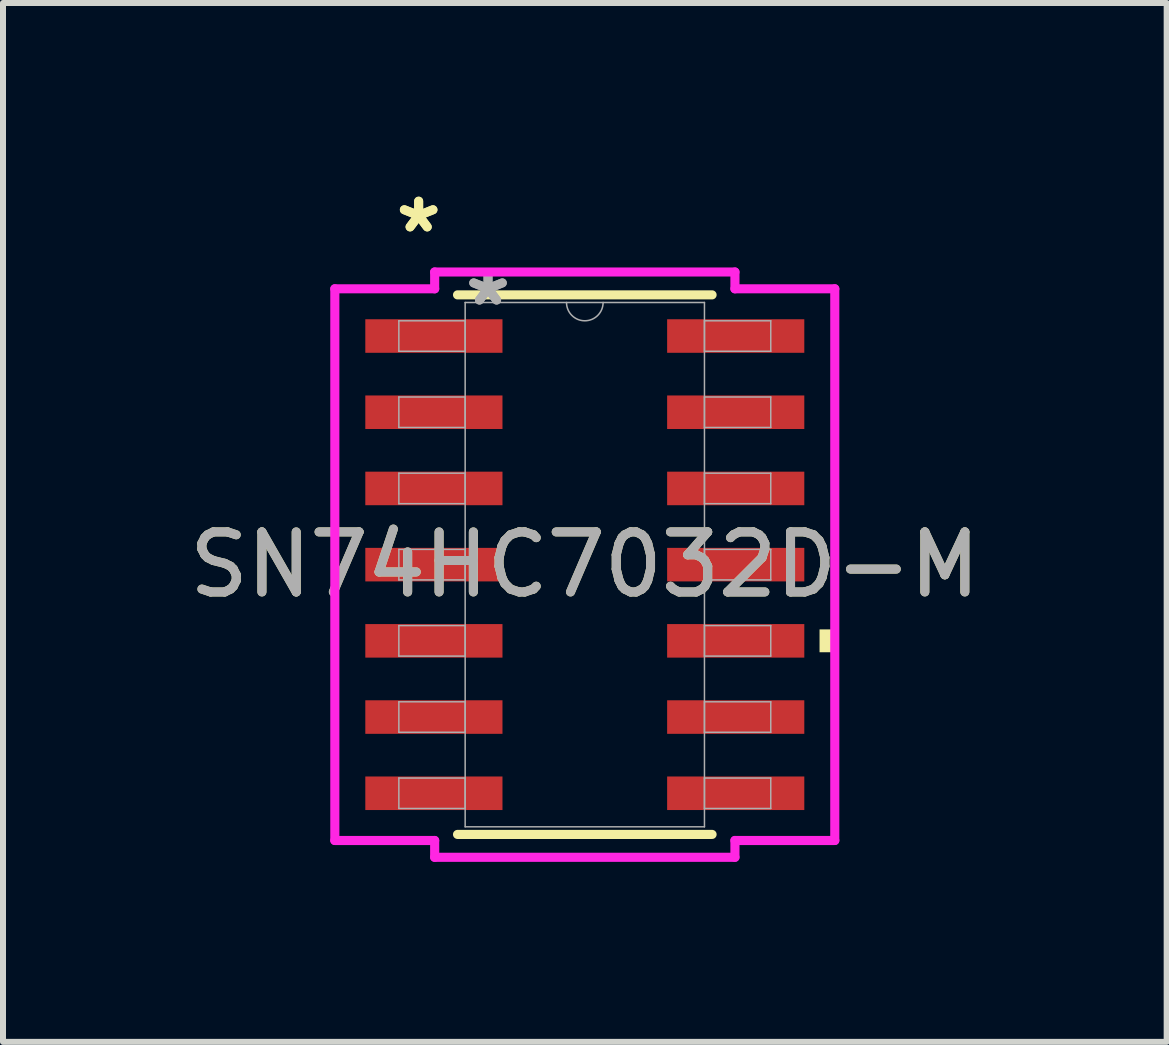
<source format=kicad_pcb>
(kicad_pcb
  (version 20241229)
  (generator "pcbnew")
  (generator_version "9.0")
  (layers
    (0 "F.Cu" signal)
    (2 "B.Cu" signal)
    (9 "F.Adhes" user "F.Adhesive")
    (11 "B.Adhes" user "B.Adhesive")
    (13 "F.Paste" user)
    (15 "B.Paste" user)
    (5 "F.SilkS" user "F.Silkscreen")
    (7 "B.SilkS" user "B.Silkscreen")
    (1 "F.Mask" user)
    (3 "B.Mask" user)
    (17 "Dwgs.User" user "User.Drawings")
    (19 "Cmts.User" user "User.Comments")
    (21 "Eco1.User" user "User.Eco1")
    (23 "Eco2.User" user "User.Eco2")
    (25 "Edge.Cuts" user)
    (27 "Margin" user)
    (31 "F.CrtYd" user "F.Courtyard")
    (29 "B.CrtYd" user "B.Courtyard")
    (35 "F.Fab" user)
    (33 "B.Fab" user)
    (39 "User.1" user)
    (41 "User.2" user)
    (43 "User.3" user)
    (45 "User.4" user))
  (footprint "SN74HC7032D-M"
    (layer "F.Cu")
    (at 6.696 6.36)
    (property "Reference" "SN74HC7032D-M" (at 0 0 0) (unlocked yes) (layer "F.SilkS") (effects (font (size 1 1) (thickness 0.15))))
    (attr smd)
    (fp_line (start -2.121 4.496) (end 2.121 4.496) (stroke (width 0.152) (type solid)) (layer "F.SilkS"))
    (fp_line (start 2.121 -4.496) (end -2.121 -4.496) (stroke (width 0.152) (type solid)) (layer "F.SilkS"))
    (fp_poly (pts (xy 4.166 1.079) (xy 4.166 1.46) (xy 3.912 1.46) (xy 3.912 1.079)) (stroke (width 0) (type solid)) (fill yes) (layer "F.SilkS"))
    (fp_line (start -4.166 -4.597) (end -2.502 -4.597) (stroke (width 0.152) (type solid)) (layer "F.CrtYd"))
    (fp_line (start -4.166 4.597) (end -4.166 -4.597) (stroke (width 0.152) (type solid)) (layer "F.CrtYd"))
    (fp_line (start -4.166 4.597) (end -2.502 4.597) (stroke (width 0.152) (type solid)) (layer "F.CrtYd"))
    (fp_line (start -2.502 -4.877) (end 2.502 -4.877) (stroke (width 0.152) (type solid)) (layer "F.CrtYd"))
    (fp_line (start -2.502 -4.597) (end -2.502 -4.877) (stroke (width 0.152) (type solid)) (layer "F.CrtYd"))
    (fp_line (start -2.502 4.877) (end -2.502 4.597) (stroke (width 0.152) (type solid)) (layer "F.CrtYd"))
    (fp_line (start 2.502 -4.877) (end 2.502 -4.597) (stroke (width 0.152) (type solid)) (layer "F.CrtYd"))
    (fp_line (start 2.502 4.597) (end 2.502 4.877) (stroke (width 0.152) (type solid)) (layer "F.CrtYd"))
    (fp_line (start 2.502 4.877) (end -2.502 4.877) (stroke (width 0.152) (type solid)) (layer "F.CrtYd"))
    (fp_line (start 4.166 -4.597) (end 2.502 -4.597) (stroke (width 0.152) (type solid)) (layer "F.CrtYd"))
    (fp_line (start 4.166 -4.597) (end 4.166 4.597) (stroke (width 0.152) (type solid)) (layer "F.CrtYd"))
    (fp_line (start 4.166 4.597) (end 2.502 4.597) (stroke (width 0.152) (type solid)) (layer "F.CrtYd"))
    (fp_line (start -3.099 -4.064) (end -3.099 -3.556) (stroke (width 0.025) (type solid)) (layer "F.Fab"))
    (fp_line (start -3.099 -3.556) (end -1.994 -3.556) (stroke (width 0.025) (type solid)) (layer "F.Fab"))
    (fp_line (start -3.099 -2.794) (end -3.099 -2.286) (stroke (width 0.025) (type solid)) (layer "F.Fab"))
    (fp_line (start -3.099 -2.286) (end -1.994 -2.286) (stroke (width 0.025) (type solid)) (layer "F.Fab"))
    (fp_line (start -3.099 -1.524) (end -3.099 -1.016) (stroke (width 0.025) (type solid)) (layer "F.Fab"))
    (fp_line (start -3.099 -1.016) (end -1.994 -1.016) (stroke (width 0.025) (type solid)) (layer "F.Fab"))
    (fp_line (start -3.099 -0.254) (end -3.099 0.254) (stroke (width 0.025) (type solid)) (layer "F.Fab"))
    (fp_line (start -3.099 0.254) (end -1.994 0.254) (stroke (width 0.025) (type solid)) (layer "F.Fab"))
    (fp_line (start -3.099 1.016) (end -3.099 1.524) (stroke (width 0.025) (type solid)) (layer "F.Fab"))
    (fp_line (start -3.099 1.524) (end -1.994 1.524) (stroke (width 0.025) (type solid)) (layer "F.Fab"))
    (fp_line (start -3.099 2.286) (end -3.099 2.794) (stroke (width 0.025) (type solid)) (layer "F.Fab"))
    (fp_line (start -3.099 2.794) (end -1.994 2.794) (stroke (width 0.025) (type solid)) (layer "F.Fab"))
    (fp_line (start -3.099 3.556) (end -3.099 4.064) (stroke (width 0.025) (type solid)) (layer "F.Fab"))
    (fp_line (start -3.099 4.064) (end -1.994 4.064) (stroke (width 0.025) (type solid)) (layer "F.Fab"))
    (fp_line (start -1.994 -4.369) (end -1.994 4.369) (stroke (width 0.025) (type solid)) (layer "F.Fab"))
    (fp_line (start -1.994 -4.064) (end -3.099 -4.064) (stroke (width 0.025) (type solid)) (layer "F.Fab"))
    (fp_line (start -1.994 -3.556) (end -1.994 -4.064) (stroke (width 0.025) (type solid)) (layer "F.Fab"))
    (fp_line (start -1.994 -2.794) (end -3.099 -2.794) (stroke (width 0.025) (type solid)) (layer "F.Fab"))
    (fp_line (start -1.994 -2.286) (end -1.994 -2.794) (stroke (width 0.025) (type solid)) (layer "F.Fab"))
    (fp_line (start -1.994 -1.524) (end -3.099 -1.524) (stroke (width 0.025) (type solid)) (layer "F.Fab"))
    (fp_line (start -1.994 -1.016) (end -1.994 -1.524) (stroke (width 0.025) (type solid)) (layer "F.Fab"))
    (fp_line (start -1.994 -0.254) (end -3.099 -0.254) (stroke (width 0.025) (type solid)) (layer "F.Fab"))
    (fp_line (start -1.994 0.254) (end -1.994 -0.254) (stroke (width 0.025) (type solid)) (layer "F.Fab"))
    (fp_line (start -1.994 1.016) (end -3.099 1.016) (stroke (width 0.025) (type solid)) (layer "F.Fab"))
    (fp_line (start -1.994 1.524) (end -1.994 1.016) (stroke (width 0.025) (type solid)) (layer "F.Fab"))
    (fp_line (start -1.994 2.286) (end -3.099 2.286) (stroke (width 0.025) (type solid)) (layer "F.Fab"))
    (fp_line (start -1.994 2.794) (end -1.994 2.286) (stroke (width 0.025) (type solid)) (layer "F.Fab"))
    (fp_line (start -1.994 3.556) (end -3.099 3.556) (stroke (width 0.025) (type solid)) (layer "F.Fab"))
    (fp_line (start -1.994 4.064) (end -1.994 3.556) (stroke (width 0.025) (type solid)) (layer "F.Fab"))
    (fp_line (start -1.994 4.369) (end 1.994 4.369) (stroke (width 0.025) (type solid)) (layer "F.Fab"))
    (fp_line (start 1.994 -4.369) (end -1.994 -4.369) (stroke (width 0.025) (type solid)) (layer "F.Fab"))
    (fp_line (start 1.994 -4.064) (end 1.994 -3.556) (stroke (width 0.025) (type solid)) (layer "F.Fab"))
    (fp_line (start 1.994 -3.556) (end 3.099 -3.556) (stroke (width 0.025) (type solid)) (layer "F.Fab"))
    (fp_line (start 1.994 -2.794) (end 1.994 -2.286) (stroke (width 0.025) (type solid)) (layer "F.Fab"))
    (fp_line (start 1.994 -2.286) (end 3.099 -2.286) (stroke (width 0.025) (type solid)) (layer "F.Fab"))
    (fp_line (start 1.994 -1.524) (end 1.994 -1.016) (stroke (width 0.025) (type solid)) (layer "F.Fab"))
    (fp_line (start 1.994 -1.016) (end 3.099 -1.016) (stroke (width 0.025) (type solid)) (layer "F.Fab"))
    (fp_line (start 1.994 -0.254) (end 1.994 0.254) (stroke (width 0.025) (type solid)) (layer "F.Fab"))
    (fp_line (start 1.994 0.254) (end 3.099 0.254) (stroke (width 0.025) (type solid)) (layer "F.Fab"))
    (fp_line (start 1.994 1.016) (end 1.994 1.524) (stroke (width 0.025) (type solid)) (layer "F.Fab"))
    (fp_line (start 1.994 1.524) (end 3.099 1.524) (stroke (width 0.025) (type solid)) (layer "F.Fab"))
    (fp_line (start 1.994 2.286) (end 1.994 2.794) (stroke (width 0.025) (type solid)) (layer "F.Fab"))
    (fp_line (start 1.994 2.794) (end 3.099 2.794) (stroke (width 0.025) (type solid)) (layer "F.Fab"))
    (fp_line (start 1.994 3.556) (end 1.994 4.064) (stroke (width 0.025) (type solid)) (layer "F.Fab"))
    (fp_line (start 1.994 4.064) (end 3.099 4.064) (stroke (width 0.025) (type solid)) (layer "F.Fab"))
    (fp_line (start 1.994 4.369) (end 1.994 -4.369) (stroke (width 0.025) (type solid)) (layer "F.Fab"))
    (fp_line (start 3.099 -4.064) (end 1.994 -4.064) (stroke (width 0.025) (type solid)) (layer "F.Fab"))
    (fp_line (start 3.099 -3.556) (end 3.099 -4.064) (stroke (width 0.025) (type solid)) (layer "F.Fab"))
    (fp_line (start 3.099 -2.794) (end 1.994 -2.794) (stroke (width 0.025) (type solid)) (layer "F.Fab"))
    (fp_line (start 3.099 -2.286) (end 3.099 -2.794) (stroke (width 0.025) (type solid)) (layer "F.Fab"))
    (fp_line (start 3.099 -1.524) (end 1.994 -1.524) (stroke (width 0.025) (type solid)) (layer "F.Fab"))
    (fp_line (start 3.099 -1.016) (end 3.099 -1.524) (stroke (width 0.025) (type solid)) (layer "F.Fab"))
    (fp_line (start 3.099 -0.254) (end 1.994 -0.254) (stroke (width 0.025) (type solid)) (layer "F.Fab"))
    (fp_line (start 3.099 0.254) (end 3.099 -0.254) (stroke (width 0.025) (type solid)) (layer "F.Fab"))
    (fp_line (start 3.099 1.016) (end 1.994 1.016) (stroke (width 0.025) (type solid)) (layer "F.Fab"))
    (fp_line (start 3.099 1.524) (end 3.099 1.016) (stroke (width 0.025) (type solid)) (layer "F.Fab"))
    (fp_line (start 3.099 2.286) (end 1.994 2.286) (stroke (width 0.025) (type solid)) (layer "F.Fab"))
    (fp_line (start 3.099 2.794) (end 3.099 2.286) (stroke (width 0.025) (type solid)) (layer "F.Fab"))
    (fp_line (start 3.099 3.556) (end 1.994 3.556) (stroke (width 0.025) (type solid)) (layer "F.Fab"))
    (fp_line (start 3.099 4.064) (end 3.099 3.556) (stroke (width 0.025) (type solid)) (layer "F.Fab"))
    (fp_arc (start 0.3048 -4.3688) (mid 0 -4.064) (end -0.3048 -4.3688) (stroke (width 0.0254) (type solid)) (layer "F.Fab"))
    (fp_text user "*" (at -2.769 -5.512 0) (layer "F.SilkS") (effects (font (size 1 1) (thickness 0.15))))
    (fp_text user "*" (at -2.769 -5.512 0) (unlocked yes) (layer "F.SilkS") (effects (font (size 1 1) (thickness 0.15))))
    (fp_text user "*" (at -1.613 -4.293 0) (unlocked yes) (layer "F.Fab") (effects (font (size 1 1) (thickness 0.15))))
    (fp_text user "${REFERENCE}" (at 0 0 0) (unlocked yes) (layer "F.Fab") (effects (font (size 1 1) (thickness 0.15))))
    (fp_text user "*" (at -1.613 -4.293 0) (layer "F.Fab") (effects (font (size 1 1) (thickness 0.15))))
    (pad "1" smd rect (at -2.515 -3.81) (size 2.286 0.559) (layers "F.Cu" "F.Mask" "F.Paste"))
    (pad "2" smd rect (at -2.515 -2.54) (size 2.286 0.559) (layers "F.Cu" "F.Mask" "F.Paste"))
    (pad "3" smd rect (at -2.515 -1.27) (size 2.286 0.559) (layers "F.Cu" "F.Mask" "F.Paste"))
    (pad "4" smd rect (at -2.515 0) (size 2.286 0.559) (layers "F.Cu" "F.Mask" "F.Paste"))
    (pad "5" smd rect (at -2.515 1.27) (size 2.286 0.559) (layers "F.Cu" "F.Mask" "F.Paste"))
    (pad "6" smd rect (at -2.515 2.54) (size 2.286 0.559) (layers "F.Cu" "F.Mask" "F.Paste"))
    (pad "7" smd rect (at -2.515 3.81) (size 2.286 0.559) (layers "F.Cu" "F.Mask" "F.Paste"))
    (pad "8" smd rect (at 2.515 3.81) (size 2.286 0.559) (layers "F.Cu" "F.Mask" "F.Paste"))
    (pad "9" smd rect (at 2.515 2.54) (size 2.286 0.559) (layers "F.Cu" "F.Mask" "F.Paste"))
    (pad "10" smd rect (at 2.515 1.27) (size 2.286 0.559) (layers "F.Cu" "F.Mask" "F.Paste"))
    (pad "11" smd rect (at 2.515 0) (size 2.286 0.559) (layers "F.Cu" "F.Mask" "F.Paste"))
    (pad "12" smd rect (at 2.515 -1.27) (size 2.286 0.559) (layers "F.Cu" "F.Mask" "F.Paste"))
    (pad "13" smd rect (at 2.515 -2.54) (size 2.286 0.559) (layers "F.Cu" "F.Mask" "F.Paste"))
    (pad "14" smd rect (at 2.515 -3.81) (size 2.286 0.559) (layers "F.Cu" "F.Mask" "F.Paste")))
  (gr_rect
    (start -3 -3)
    (end 16.393 14.313)
    (stroke (width 0.1) (type default))
    (fill no)
    (layer "Edge.Cuts")))
</source>
